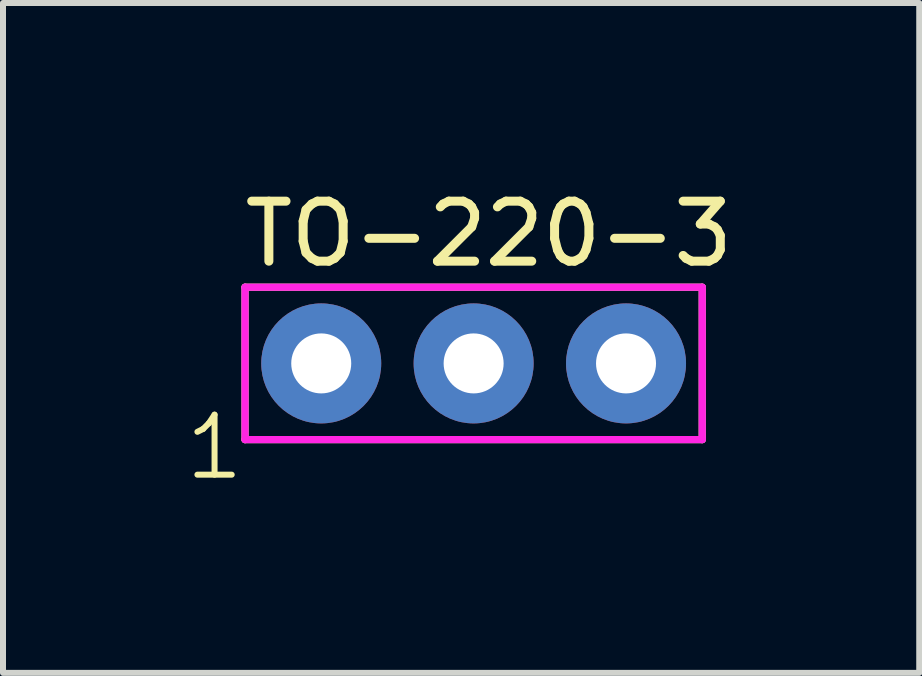
<source format=kicad_pcb>
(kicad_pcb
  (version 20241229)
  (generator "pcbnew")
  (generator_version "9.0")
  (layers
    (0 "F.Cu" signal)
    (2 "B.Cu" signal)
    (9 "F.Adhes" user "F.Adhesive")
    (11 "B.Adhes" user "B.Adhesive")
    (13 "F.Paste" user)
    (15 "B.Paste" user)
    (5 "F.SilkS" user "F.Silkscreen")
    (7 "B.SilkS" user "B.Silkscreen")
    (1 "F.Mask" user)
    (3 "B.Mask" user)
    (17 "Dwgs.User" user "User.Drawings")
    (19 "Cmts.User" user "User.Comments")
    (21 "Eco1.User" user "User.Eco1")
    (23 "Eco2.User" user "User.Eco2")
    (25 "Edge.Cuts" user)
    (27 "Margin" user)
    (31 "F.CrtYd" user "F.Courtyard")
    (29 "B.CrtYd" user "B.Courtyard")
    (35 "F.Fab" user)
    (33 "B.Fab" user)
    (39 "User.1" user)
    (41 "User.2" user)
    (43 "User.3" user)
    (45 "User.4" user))
  (footprint "TO-220-3"
    (layer "F.Cu")
    (at 2.304 3.007)
    (property "Reference" "TO-220-3" (at 2.794 -2.159 0) (layer "F.SilkS") (effects (font (size 1 1) (thickness 0.15))))
    (attr through_hole)
    (fp_line (start -1.27 -1.27) (end -1.27 1.27) (stroke (width 0.12) (type solid)) (layer "F.SilkS"))
    (fp_line (start -1.27 1.27) (end 6.35 1.27) (stroke (width 0.12) (type solid)) (layer "F.SilkS"))
    (fp_line (start 6.35 -1.27) (end -1.27 -1.27) (stroke (width 0.12) (type solid)) (layer "F.SilkS"))
    (fp_line (start 6.35 1.27) (end 6.35 -1.27) (stroke (width 0.12) (type solid)) (layer "F.SilkS"))
    (fp_line (start -1.27 -1.27) (end -1.27 1.27) (stroke (width 0.12) (type solid)) (layer "F.CrtYd"))
    (fp_line (start -1.27 1.27) (end 6.35 1.27) (stroke (width 0.12) (type solid)) (layer "F.CrtYd"))
    (fp_line (start 6.35 -1.27) (end -1.27 -1.27) (stroke (width 0.12) (type solid)) (layer "F.CrtYd"))
    (fp_line (start 6.35 1.27) (end 6.35 -1.27) (stroke (width 0.12) (type solid)) (layer "F.CrtYd"))
    (fp_text user "1" (at -1.778 1.397 0) (layer "F.SilkS") (effects (font (size 1 1) (thickness 0.1))))
    (pad "1" thru_hole circle (at 0 0 180) (size 2 2) (drill 1) (layers "*.Cu" "*.Mask"))
    (pad "2" thru_hole circle (at 2.54 0 180) (size 2 2) (drill 1) (layers "*.Cu" "*.Mask"))
    (pad "3" thru_hole circle (at 5.08 0 180) (size 2 2) (drill 1) (layers "*.Cu" "*.Mask")))
  (gr_rect
    (start -3 -3)
    (end 12.271 8.165)
    (stroke (width 0.1) (type default))
    (fill no)
    (layer "Edge.Cuts")))
</source>
